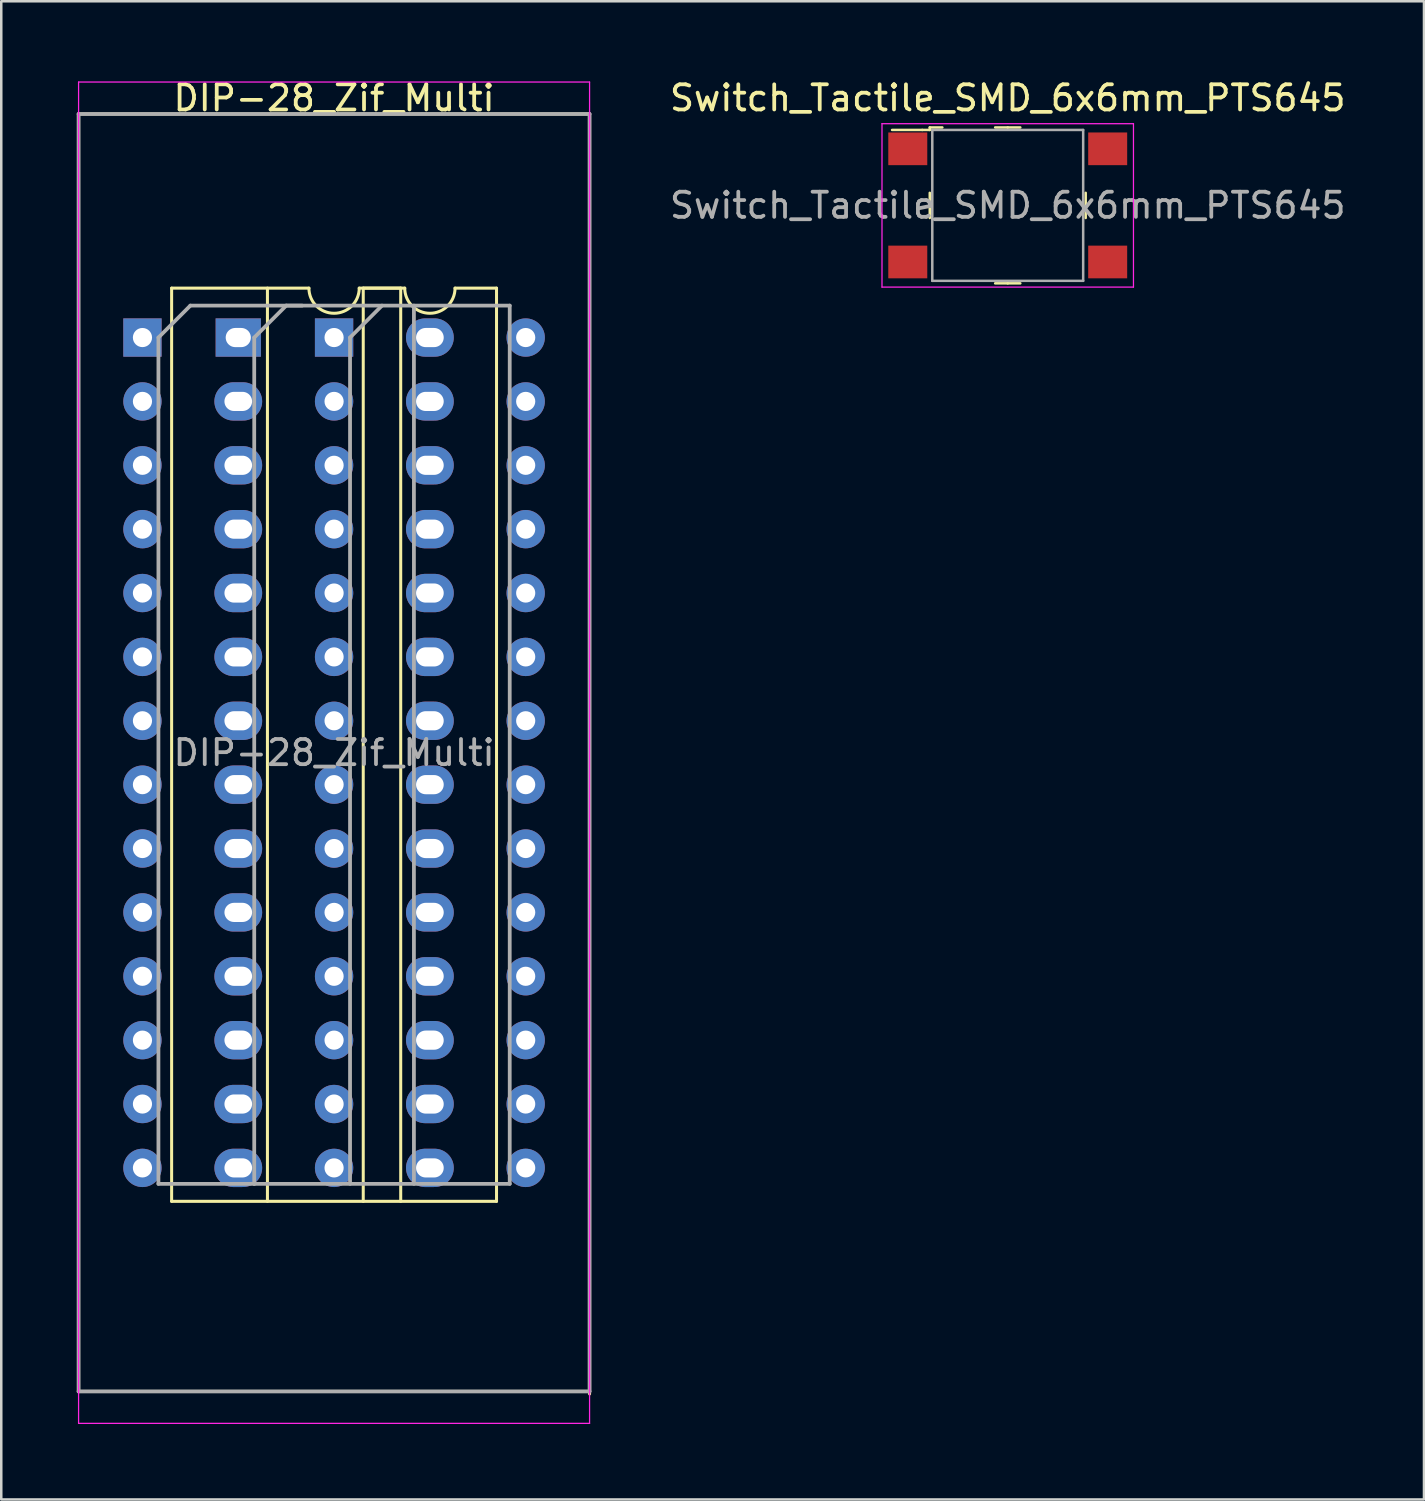
<source format=kicad_pcb>
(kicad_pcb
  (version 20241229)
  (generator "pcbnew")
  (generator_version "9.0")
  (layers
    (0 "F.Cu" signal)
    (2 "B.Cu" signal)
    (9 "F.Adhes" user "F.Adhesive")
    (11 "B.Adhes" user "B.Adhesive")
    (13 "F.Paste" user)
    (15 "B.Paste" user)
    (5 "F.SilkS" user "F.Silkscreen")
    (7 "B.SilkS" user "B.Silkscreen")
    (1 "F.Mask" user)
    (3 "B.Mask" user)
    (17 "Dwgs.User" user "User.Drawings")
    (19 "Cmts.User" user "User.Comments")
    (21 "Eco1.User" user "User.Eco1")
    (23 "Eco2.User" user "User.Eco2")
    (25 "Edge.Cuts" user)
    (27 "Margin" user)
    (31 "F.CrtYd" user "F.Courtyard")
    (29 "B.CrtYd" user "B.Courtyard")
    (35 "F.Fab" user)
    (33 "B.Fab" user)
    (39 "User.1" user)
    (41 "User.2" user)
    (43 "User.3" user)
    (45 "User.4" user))
  (footprint "DIP-28_Zif_Multi"
    (layer "F.Cu")
    (at 10.235 10.373)
    (property "Reference" "DIP-28_Zif_Multi" (at 0 -9.525 0) (layer "F.SilkS") (effects (font (size 1 1) (thickness 0.15))))
    (attr through_hole)
    (fp_line (start -10.16 -8.89) (end -10.16 41.91) (stroke (width 0.12) (type solid)) (layer "F.SilkS"))
    (fp_line (start -10.16 41.91) (end 10.16 41.91) (stroke (width 0.12) (type solid)) (layer "F.SilkS"))
    (fp_line (start -6.46 -1.965) (end -6.46 34.35) (stroke (width 0.12) (type solid)) (layer "F.SilkS"))
    (fp_line (start -6.46 34.35) (end 6.46 34.35) (stroke (width 0.12) (type solid)) (layer "F.SilkS"))
    (fp_line (start -2.65 -1.965) (end -2.65 34.35) (stroke (width 0.12) (type solid)) (layer "F.SilkS"))
    (fp_line (start -1 -1.965) (end -6.46 -1.965) (stroke (width 0.12) (type solid)) (layer "F.SilkS"))
    (fp_line (start 1.16 -1.965) (end 1.16 34.35) (stroke (width 0.12) (type solid)) (layer "F.SilkS"))
    (fp_line (start 2.65 -1.965) (end 1 -1.965) (stroke (width 0.12) (type solid)) (layer "F.SilkS"))
    (fp_line (start 2.65 34.35) (end 2.65 -1.965) (stroke (width 0.12) (type solid)) (layer "F.SilkS"))
    (fp_line (start 2.81 -1.965) (end 1.16 -1.965) (stroke (width 0.12) (type solid)) (layer "F.SilkS"))
    (fp_line (start 6.46 -1.965) (end 4.81 -1.965) (stroke (width 0.12) (type solid)) (layer "F.SilkS"))
    (fp_line (start 6.46 34.35) (end 6.46 -1.965) (stroke (width 0.12) (type solid)) (layer "F.SilkS"))
    (fp_line (start 10.16 -8.89) (end -10.16 -8.89) (stroke (width 0.12) (type solid)) (layer "F.SilkS"))
    (fp_line (start 10.16 42.01) (end 10.16 -8.89) (stroke (width 0.12) (type solid)) (layer "F.SilkS"))
    (fp_arc (start 1 -1.965) (mid 0 -0.965) (end -1 -1.965) (stroke (width 0.12) (type solid)) (layer "F.SilkS"))
    (fp_arc (start 4.81 -1.965) (mid 3.81 -0.965) (end 2.81 -1.965) (stroke (width 0.12) (type solid)) (layer "F.SilkS"))
    (fp_line (start -10.16 -10.16) (end -10.16 43.18) (stroke (width 0.05) (type solid)) (layer "F.CrtYd"))
    (fp_line (start -10.16 43.18) (end 10.16 43.18) (stroke (width 0.05) (type solid)) (layer "F.CrtYd"))
    (fp_line (start 10.16 -10.16) (end -10.16 -10.16) (stroke (width 0.05) (type solid)) (layer "F.CrtYd"))
    (fp_line (start 10.16 43.18) (end 10.16 -10.16) (stroke (width 0.05) (type solid)) (layer "F.CrtYd"))
    (fp_line (start -10.16 -8.89) (end -10.16 41.91) (stroke (width 0.15) (type solid)) (layer "F.Fab"))
    (fp_line (start -6.985 0) (end -6.985 33.655) (stroke (width 0.15) (type solid)) (layer "F.Fab"))
    (fp_line (start -6.985 0) (end -5.715 -1.27) (stroke (width 0.15) (type solid)) (layer "F.Fab"))
    (fp_line (start -6.985 33.655) (end -3.175 33.655) (stroke (width 0.15) (type solid)) (layer "F.Fab"))
    (fp_line (start -3.175 0) (end -1.905 -1.27) (stroke (width 0.15) (type solid)) (layer "F.Fab"))
    (fp_line (start -3.175 33.655) (end -3.175 0) (stroke (width 0.15) (type solid)) (layer "F.Fab"))
    (fp_line (start -2.175 -1.27) (end 3.175 -1.27) (stroke (width 0.1) (type solid)) (layer "F.Fab"))
    (fp_line (start -1.27 -1.27) (end -5.715 -1.27) (stroke (width 0.15) (type solid)) (layer "F.Fab"))
    (fp_line (start 0.635 0) (end 0.635 33.655) (stroke (width 0.15) (type solid)) (layer "F.Fab"))
    (fp_line (start 0.635 0) (end 1.905 -1.27) (stroke (width 0.15) (type solid)) (layer "F.Fab"))
    (fp_line (start 3.175 -1.27) (end 3.175 33.655) (stroke (width 0.15) (type solid)) (layer "F.Fab"))
    (fp_line (start 6.985 -1.27) (end -1.905 -1.27) (stroke (width 0.15) (type solid)) (layer "F.Fab"))
    (fp_line (start 6.985 -1.27) (end 6.985 33.655) (stroke (width 0.15) (type solid)) (layer "F.Fab"))
    (fp_line (start 6.985 33.655) (end -3.175 33.655) (stroke (width 0.15) (type solid)) (layer "F.Fab"))
    (fp_line (start 10.16 -8.89) (end -10.16 -8.89) (stroke (width 0.15) (type solid)) (layer "F.Fab"))
    (fp_line (start 10.16 41.91) (end -10.16 41.91) (stroke (width 0.15) (type solid)) (layer "F.Fab"))
    (fp_line (start 10.16 41.91) (end 10.16 -8.89) (stroke (width 0.15) (type solid)) (layer "F.Fab"))
    (fp_text user "${REFERENCE}" (at 0 16.51 0) (layer "F.Fab") (effects (font (size 1 1) (thickness 0.15))))
    (pad "1" thru_hole rect (at -7.62 0) (size 1.524 1.524) (drill 0.762) (layers "*.Cu" "*.Mask"))
    (pad "1" thru_hole rect (at -3.81 0) (size 1.8 1.524) (drill oval 1 0.762) (layers "*.Cu" "*.Mask"))
    (pad "1" thru_hole rect (at 0 0) (size 1.524 1.524) (drill 0.762) (layers "*.Cu" "*.Mask"))
    (pad "2" thru_hole circle (at -7.62 2.54) (size 1.524 1.524) (drill 0.762) (layers "*.Cu" "*.Mask"))
    (pad "2" thru_hole oval (at -3.81 2.54) (size 1.9 1.524) (drill oval 1.1 0.762) (layers "*.Cu" "*.Mask"))
    (pad "2" thru_hole circle (at 0 2.54) (size 1.524 1.524) (drill 0.762) (layers "*.Cu" "*.Mask"))
    (pad "3" thru_hole circle (at -7.62 5.08) (size 1.524 1.524) (drill 0.762) (layers "*.Cu" "*.Mask"))
    (pad "3" thru_hole oval (at -3.81 5.08) (size 1.9 1.524) (drill oval 1.1 0.762) (layers "*.Cu" "*.Mask"))
    (pad "3" thru_hole circle (at 0 5.08) (size 1.524 1.524) (drill 0.762) (layers "*.Cu" "*.Mask"))
    (pad "4" thru_hole circle (at -7.62 7.62) (size 1.524 1.524) (drill 0.762) (layers "*.Cu" "*.Mask"))
    (pad "4" thru_hole oval (at -3.81 7.62) (size 1.9 1.524) (drill oval 1.1 0.762) (layers "*.Cu" "*.Mask"))
    (pad "4" thru_hole circle (at 0 7.62) (size 1.524 1.524) (drill 0.762) (layers "*.Cu" "*.Mask"))
    (pad "5" thru_hole circle (at -7.62 10.16) (size 1.524 1.524) (drill 0.762) (layers "*.Cu" "*.Mask"))
    (pad "5" thru_hole oval (at -3.81 10.16) (size 1.9 1.524) (drill oval 1.1 0.762) (layers "*.Cu" "*.Mask"))
    (pad "5" thru_hole circle (at 0 10.16) (size 1.524 1.524) (drill 0.762) (layers "*.Cu" "*.Mask"))
    (pad "6" thru_hole circle (at -7.62 12.7) (size 1.524 1.524) (drill 0.762) (layers "*.Cu" "*.Mask"))
    (pad "6" thru_hole oval (at -3.81 12.7) (size 1.9 1.524) (drill oval 1.1 0.762) (layers "*.Cu" "*.Mask"))
    (pad "6" thru_hole circle (at 0 12.7) (size 1.524 1.524) (drill 0.762) (layers "*.Cu" "*.Mask"))
    (pad "7" thru_hole circle (at -7.62 15.24) (size 1.524 1.524) (drill 0.762) (layers "*.Cu" "*.Mask"))
    (pad "7" thru_hole oval (at -3.81 15.24) (size 1.9 1.524) (drill oval 1.1 0.762) (layers "*.Cu" "*.Mask"))
    (pad "7" thru_hole circle (at 0 15.24) (size 1.524 1.524) (drill 0.762) (layers "*.Cu" "*.Mask"))
    (pad "8" thru_hole circle (at -7.62 17.78) (size 1.524 1.524) (drill 0.762) (layers "*.Cu" "*.Mask"))
    (pad "8" thru_hole oval (at -3.81 17.78) (size 1.9 1.524) (drill oval 1.1 0.762) (layers "*.Cu" "*.Mask"))
    (pad "8" thru_hole circle (at 0 17.78) (size 1.524 1.524) (drill 0.762) (layers "*.Cu" "*.Mask"))
    (pad "9" thru_hole circle (at -7.62 20.32) (size 1.524 1.524) (drill 0.762) (layers "*.Cu" "*.Mask"))
    (pad "9" thru_hole oval (at -3.81 20.32) (size 1.9 1.524) (drill oval 1.1 0.762) (layers "*.Cu" "*.Mask"))
    (pad "9" thru_hole circle (at 0 20.32) (size 1.524 1.524) (drill 0.762) (layers "*.Cu" "*.Mask"))
    (pad "10" thru_hole circle (at -7.62 22.86) (size 1.524 1.524) (drill 0.762) (layers "*.Cu" "*.Mask"))
    (pad "10" thru_hole oval (at -3.81 22.86) (size 1.9 1.524) (drill oval 1.1 0.762) (layers "*.Cu" "*.Mask"))
    (pad "10" thru_hole circle (at 0 22.86) (size 1.524 1.524) (drill 0.762) (layers "*.Cu" "*.Mask"))
    (pad "11" thru_hole circle (at -7.62 25.4) (size 1.524 1.524) (drill 0.762) (layers "*.Cu" "*.Mask"))
    (pad "11" thru_hole oval (at -3.81 25.4) (size 1.9 1.524) (drill oval 1.1 0.762) (layers "*.Cu" "*.Mask"))
    (pad "11" thru_hole circle (at 0 25.4) (size 1.524 1.524) (drill 0.762) (layers "*.Cu" "*.Mask"))
    (pad "12" thru_hole circle (at -7.62 27.94) (size 1.524 1.524) (drill 0.762) (layers "*.Cu" "*.Mask"))
    (pad "12" thru_hole oval (at -3.81 27.94) (size 1.9 1.524) (drill oval 1.1 0.762) (layers "*.Cu" "*.Mask"))
    (pad "12" thru_hole circle (at 0 27.94) (size 1.524 1.524) (drill 0.762) (layers "*.Cu" "*.Mask"))
    (pad "13" thru_hole circle (at -7.62 30.48) (size 1.524 1.524) (drill 0.762) (layers "*.Cu" "*.Mask"))
    (pad "13" thru_hole oval (at -3.81 30.48) (size 1.9 1.524) (drill oval 1.1 0.762) (layers "*.Cu" "*.Mask"))
    (pad "13" thru_hole circle (at 0 30.48) (size 1.524 1.524) (drill 0.762) (layers "*.Cu" "*.Mask"))
    (pad "14" thru_hole circle (at -7.62 33.02) (size 1.524 1.524) (drill 0.762) (layers "*.Cu" "*.Mask"))
    (pad "14" thru_hole oval (at -3.81 33.02) (size 1.9 1.524) (drill oval 1.1 0.762) (layers "*.Cu" "*.Mask"))
    (pad "14" thru_hole circle (at 0 33.02) (size 1.524 1.524) (drill 0.762) (layers "*.Cu" "*.Mask"))
    (pad "15" thru_hole oval (at 3.81 33.02) (size 1.9 1.524) (drill oval 1.1 0.762) (layers "*.Cu" "*.Mask"))
    (pad "15" thru_hole circle (at 7.62 33.02) (size 1.524 1.524) (drill 0.762) (layers "*.Cu" "*.Mask"))
    (pad "16" thru_hole oval (at 3.81 30.48) (size 1.9 1.524) (drill oval 1.1 0.762) (layers "*.Cu" "*.Mask"))
    (pad "16" thru_hole circle (at 7.62 30.48) (size 1.524 1.524) (drill 0.762) (layers "*.Cu" "*.Mask"))
    (pad "17" thru_hole oval (at 3.81 27.94) (size 1.9 1.524) (drill oval 1.1 0.762) (layers "*.Cu" "*.Mask"))
    (pad "17" thru_hole circle (at 7.62 27.94) (size 1.524 1.524) (drill 0.762) (layers "*.Cu" "*.Mask"))
    (pad "18" thru_hole oval (at 3.81 25.4) (size 1.9 1.524) (drill oval 1.1 0.762) (layers "*.Cu" "*.Mask"))
    (pad "18" thru_hole circle (at 7.62 25.4) (size 1.524 1.524) (drill 0.762) (layers "*.Cu" "*.Mask"))
    (pad "19" thru_hole oval (at 3.81 22.86) (size 1.9 1.524) (drill oval 1.1 0.762) (layers "*.Cu" "*.Mask"))
    (pad "19" thru_hole circle (at 7.62 22.86) (size 1.524 1.524) (drill 0.762) (layers "*.Cu" "*.Mask"))
    (pad "20" thru_hole oval (at 3.81 20.32) (size 1.9 1.524) (drill oval 1.1 0.762) (layers "*.Cu" "*.Mask"))
    (pad "20" thru_hole circle (at 7.62 20.32) (size 1.524 1.524) (drill 0.762) (layers "*.Cu" "*.Mask"))
    (pad "21" thru_hole oval (at 3.81 17.78) (size 1.9 1.524) (drill oval 1.1 0.762) (layers "*.Cu" "*.Mask"))
    (pad "21" thru_hole circle (at 7.62 17.78) (size 1.524 1.524) (drill 0.762) (layers "*.Cu" "*.Mask"))
    (pad "22" thru_hole oval (at 3.81 15.24) (size 1.9 1.524) (drill oval 1.1 0.762) (layers "*.Cu" "*.Mask"))
    (pad "22" thru_hole circle (at 7.62 15.24) (size 1.524 1.524) (drill 0.762) (layers "*.Cu" "*.Mask"))
    (pad "23" thru_hole oval (at 3.81 12.7) (size 1.9 1.524) (drill oval 1.1 0.762) (layers "*.Cu" "*.Mask"))
    (pad "23" thru_hole circle (at 7.62 12.7) (size 1.524 1.524) (drill 0.762) (layers "*.Cu" "*.Mask"))
    (pad "24" thru_hole oval (at 3.81 10.16) (size 1.9 1.524) (drill oval 1.1 0.762) (layers "*.Cu" "*.Mask"))
    (pad "24" thru_hole circle (at 7.62 10.16) (size 1.524 1.524) (drill 0.762) (layers "*.Cu" "*.Mask"))
    (pad "25" thru_hole oval (at 3.81 7.62) (size 1.9 1.524) (drill oval 1.1 0.762) (layers "*.Cu" "*.Mask"))
    (pad "25" thru_hole circle (at 7.62 7.62) (size 1.524 1.524) (drill 0.762) (layers "*.Cu" "*.Mask"))
    (pad "26" thru_hole oval (at 3.81 5.08) (size 1.9 1.524) (drill oval 1.1 0.762) (layers "*.Cu" "*.Mask"))
    (pad "26" thru_hole circle (at 7.62 5.08) (size 1.524 1.524) (drill 0.762) (layers "*.Cu" "*.Mask"))
    (pad "27" thru_hole oval (at 3.81 2.54) (size 1.9 1.524) (drill oval 1.1 0.762) (layers "*.Cu" "*.Mask"))
    (pad "27" thru_hole circle (at 7.62 2.54) (size 1.524 1.524) (drill 0.762) (layers "*.Cu" "*.Mask"))
    (pad "28" thru_hole oval (at 3.81 0) (size 1.9 1.524) (drill oval 1.1 0.762) (layers "*.Cu" "*.Mask"))
    (pad "28" thru_hole circle (at 7.62 0) (size 1.524 1.524) (drill 0.762) (layers "*.Cu" "*.Mask")))
  (footprint "Switch_Tactile_SMD_6x6mm_PTS645"
    (layer "F.Cu")
    (at 37.024 5.118)
    (property "Reference" "Switch_Tactile_SMD_6x6mm_PTS645" (at 0 -4.27 0) (layer "F.SilkS") (effects (font (size 1 1) (thickness 0.15))))
    (attr through_hole)
    (fp_line (start -3.4 -3) (end -4.6 -3) (stroke (width 0.1) (type solid)) (layer "F.SilkS"))
    (fp_line (start -3.1 -3.1) (end -3.1 -3) (stroke (width 0.1) (type solid)) (layer "F.SilkS"))
    (fp_line (start -3.1 -3) (end -3.4 -3) (stroke (width 0.1) (type solid)) (layer "F.SilkS"))
    (fp_line (start -3.1 0) (end -3.1 -0.5) (stroke (width 0.1) (type solid)) (layer "F.SilkS"))
    (fp_line (start -3.1 0) (end -3.1 0.5) (stroke (width 0.1) (type solid)) (layer "F.SilkS"))
    (fp_line (start -2.6 -3.1) (end -3.1 -3.1) (stroke (width 0.1) (type solid)) (layer "F.SilkS"))
    (fp_line (start 0 -3.1) (end -0.5 -3.1) (stroke (width 0.1) (type solid)) (layer "F.SilkS"))
    (fp_line (start 0 -3.1) (end 0.5 -3.1) (stroke (width 0.1) (type solid)) (layer "F.SilkS"))
    (fp_line (start 0 3.1) (end -0.5 3.1) (stroke (width 0.1) (type solid)) (layer "F.SilkS"))
    (fp_line (start 0 3.1) (end 0.5 3.1) (stroke (width 0.1) (type solid)) (layer "F.SilkS"))
    (fp_line (start 3.1 0) (end 3.1 -0.5) (stroke (width 0.1) (type solid)) (layer "F.SilkS"))
    (fp_line (start 3.1 0) (end 3.1 0.5) (stroke (width 0.1) (type solid)) (layer "F.SilkS"))
    (fp_line (start -5 -3.25) (end -5 3.25) (stroke (width 0.05) (type solid)) (layer "F.CrtYd"))
    (fp_line (start 5 -3.25) (end -5 -3.25) (stroke (width 0.05) (type solid)) (layer "F.CrtYd"))
    (fp_line (start 5 -3.25) (end 5 3.25) (stroke (width 0.05) (type solid)) (layer "F.CrtYd"))
    (fp_line (start 5 3.25) (end -5 3.25) (stroke (width 0.05) (type solid)) (layer "F.CrtYd"))
    (fp_line (start -3 -3) (end -3 3) (stroke (width 0.1) (type solid)) (layer "F.Fab"))
    (fp_line (start -3 -3) (end 3 -3) (stroke (width 0.1) (type solid)) (layer "F.Fab"))
    (fp_line (start -3 3) (end 3 3) (stroke (width 0.1) (type solid)) (layer "F.Fab"))
    (fp_line (start 3 3) (end 3 -3) (stroke (width 0.1) (type solid)) (layer "F.Fab"))
    (fp_text user "${REFERENCE}" (at 0 0 0) (layer "F.Fab") (effects (font (size 1 1) (thickness 0.15))))
    (pad "1" smd rect (at -3.975 -2.25) (size 1.55 1.3) (layers "F.Cu" "F.Mask" "F.Paste"))
    (pad "1" smd rect (at 3.975 -2.25) (size 1.55 1.3) (layers "F.Cu" "F.Mask" "F.Paste"))
    (pad "2" smd rect (at -3.975 2.25) (size 1.55 1.3) (layers "F.Cu" "F.Mask" "F.Paste"))
    (pad "2" smd rect (at 3.975 2.25) (size 1.55 1.3) (layers "F.Cu" "F.Mask" "F.Paste")))
  (gr_rect
    (start -3 -3)
    (end 53.577 56.578)
    (stroke (width 0.1) (type default))
    (fill no)
    (layer "Edge.Cuts")))
</source>
